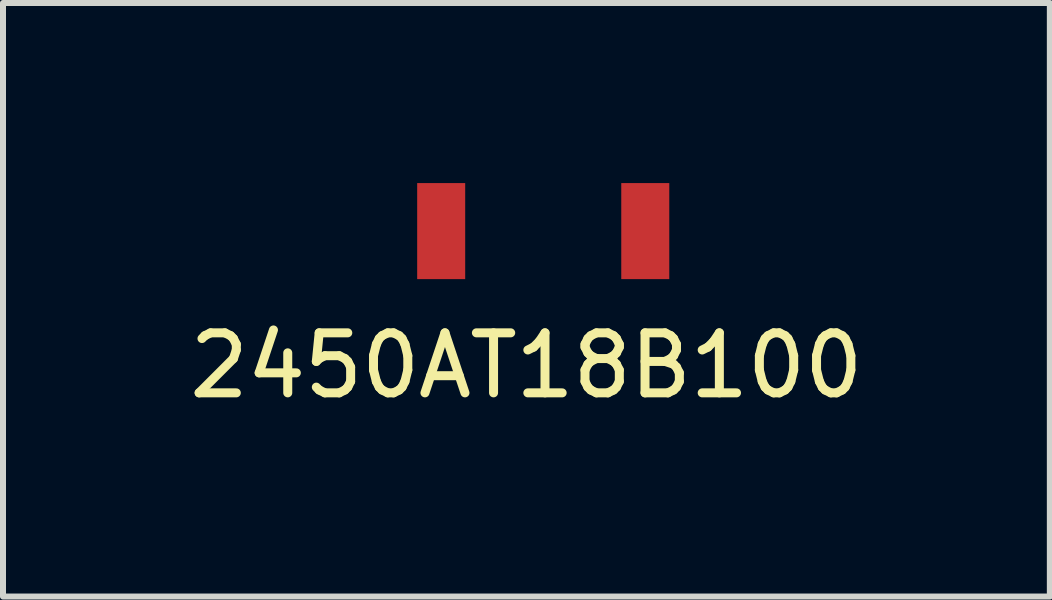
<source format=kicad_pcb>
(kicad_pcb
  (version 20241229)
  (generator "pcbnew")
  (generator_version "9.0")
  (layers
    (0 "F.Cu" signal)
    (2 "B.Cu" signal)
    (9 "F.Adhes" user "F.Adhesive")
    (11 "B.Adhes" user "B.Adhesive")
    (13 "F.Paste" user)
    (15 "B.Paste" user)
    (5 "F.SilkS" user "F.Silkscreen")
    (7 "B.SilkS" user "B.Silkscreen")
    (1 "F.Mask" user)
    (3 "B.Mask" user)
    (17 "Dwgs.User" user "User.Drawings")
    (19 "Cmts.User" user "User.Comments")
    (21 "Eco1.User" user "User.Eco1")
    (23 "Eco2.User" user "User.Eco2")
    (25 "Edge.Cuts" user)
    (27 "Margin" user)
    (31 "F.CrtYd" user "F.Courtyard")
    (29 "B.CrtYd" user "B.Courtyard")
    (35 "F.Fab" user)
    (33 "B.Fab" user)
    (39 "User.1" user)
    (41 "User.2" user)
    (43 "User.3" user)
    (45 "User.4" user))
  (footprint "2450AT18B100"
    (layer "F.Cu")
    (at 6 0.8)
    (property "Reference" "2450AT18B100" (at -0.28 2.24 0) (layer "F.SilkS") (effects (font (size 1 1) (thickness 0.15))))
    (attr through_hole)
    (pad "1" smd rect (at -1.7 0) (size 0.8 1.6) (layers "F.Cu" "F.Mask" "F.Paste"))
    (pad "2" smd rect (at 1.7 0) (size 0.8 1.6) (layers "F.Cu" "F.Mask" "F.Paste")))
  (gr_rect
    (start -3 -3)
    (end 14.44 6.888)
    (stroke (width 0.1) (type default))
    (fill no)
    (layer "Edge.Cuts")))
</source>
